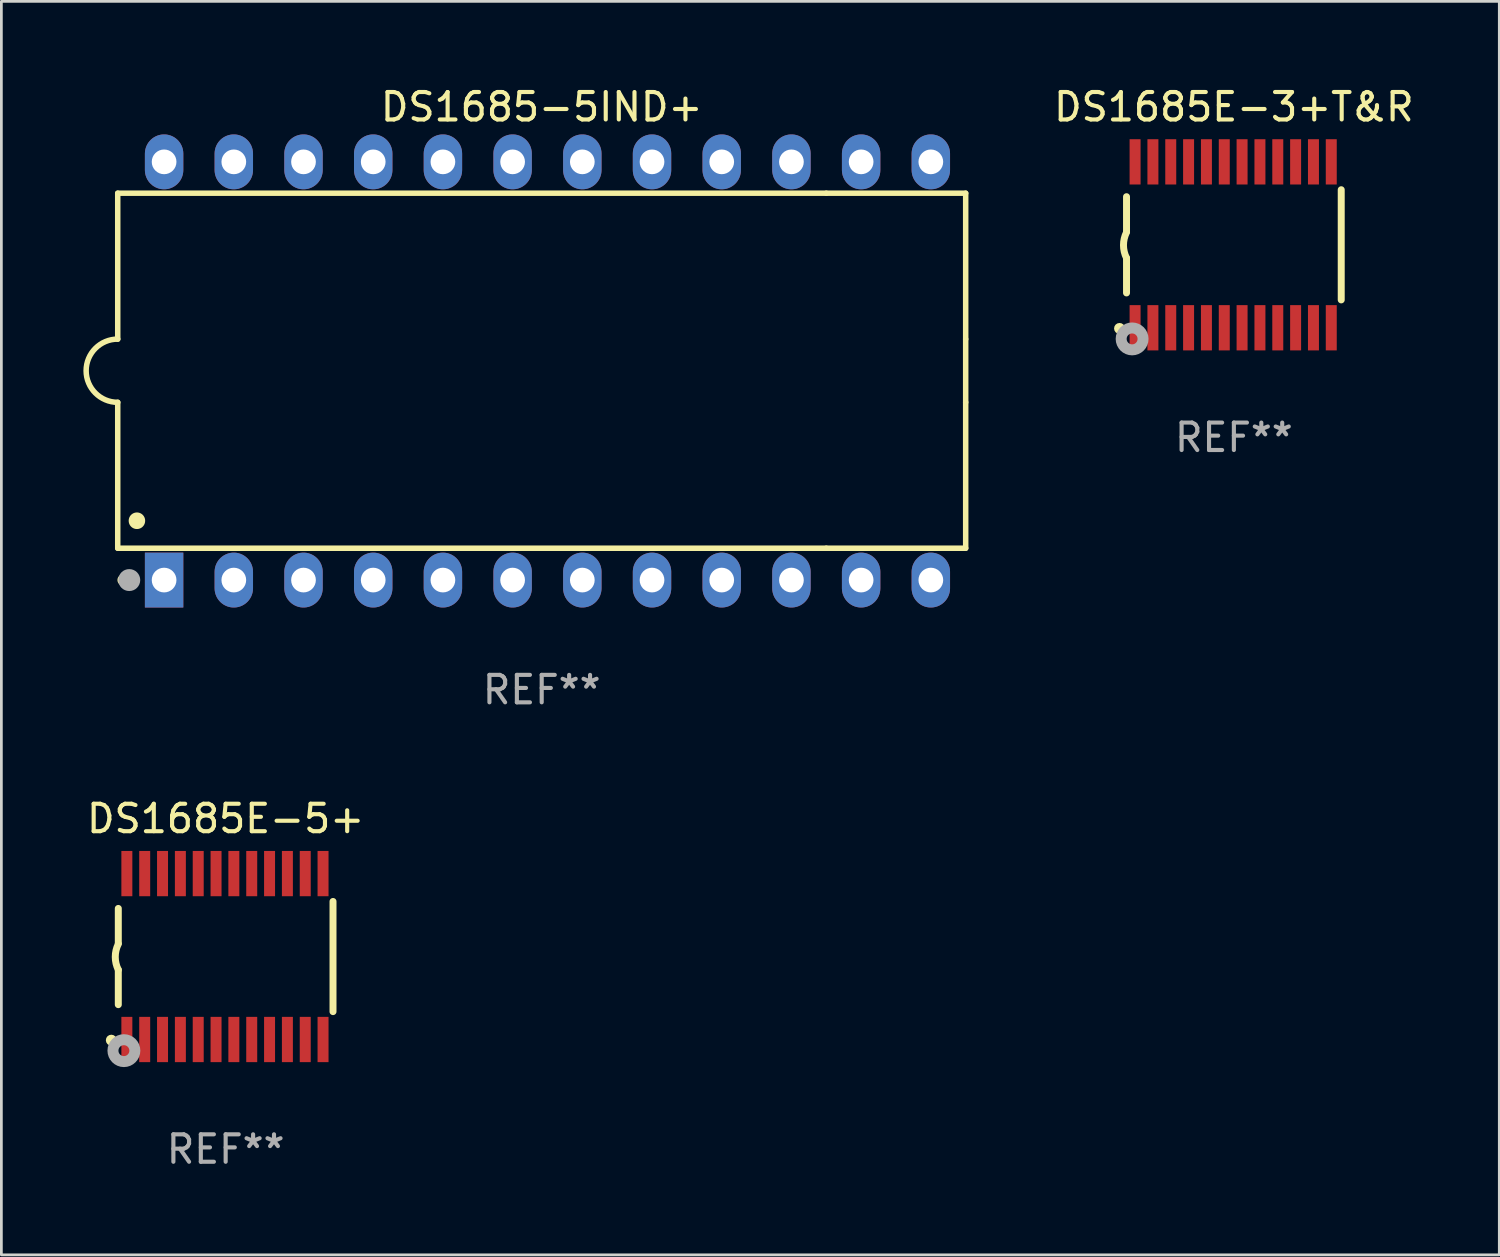
<source format=kicad_pcb>
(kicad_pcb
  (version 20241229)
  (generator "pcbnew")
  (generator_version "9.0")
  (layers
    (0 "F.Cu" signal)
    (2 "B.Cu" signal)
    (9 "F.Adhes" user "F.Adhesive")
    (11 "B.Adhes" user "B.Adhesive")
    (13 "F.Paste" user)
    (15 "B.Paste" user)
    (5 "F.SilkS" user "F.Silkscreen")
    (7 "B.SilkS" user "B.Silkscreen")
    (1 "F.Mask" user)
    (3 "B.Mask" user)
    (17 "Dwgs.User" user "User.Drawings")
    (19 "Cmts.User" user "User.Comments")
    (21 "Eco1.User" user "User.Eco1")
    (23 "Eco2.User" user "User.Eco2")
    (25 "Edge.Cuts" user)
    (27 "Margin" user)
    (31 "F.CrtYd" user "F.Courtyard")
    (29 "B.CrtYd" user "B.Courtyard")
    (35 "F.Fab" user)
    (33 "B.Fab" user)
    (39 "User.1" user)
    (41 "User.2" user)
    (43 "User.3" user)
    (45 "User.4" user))
  (footprint "DS1685E-5+"
    (layer "F.Cu")
    (at 5.173 31.807)
    (property "Reference" "DS1685E-5+" (at 0 -5.023 0) (layer "F.SilkS") (effects (font (size 1 1) (thickness 0.15))))
    (attr through_hole)
    (fp_line (start -3.912 -0.483) (end -3.912 -1.753) (stroke (width 0.254) (type solid)) (layer "F.SilkS"))
    (fp_line (start -3.912 1.753) (end -3.912 0.483) (stroke (width 0.254) (type solid)) (layer "F.SilkS"))
    (fp_line (start 3.912 -2.007) (end 3.912 2.007) (stroke (width 0.254) (type solid)) (layer "F.SilkS"))
    (fp_arc (start -3.911608 0.482601) (mid -4.022537 0.0127) (end -3.911608 -0.457201) (stroke (width 0.254001) (type solid)) (layer "F.SilkS"))
    (fp_circle (center -4.166 3.048) (end -4.066 3.048) (stroke (width 0.2) (type solid)) (fill no) (layer "F.SilkS"))
    (fp_circle (center -3.925 3.186) (end -3.895 3.186) (stroke (width 0.06) (type solid)) (fill no) (layer "F.SilkS"))
    (fp_circle (center -3.708 3.429) (end -3.509 3.429) (stroke (width 0.4) (type solid)) (fill no) (layer "F.Fab"))
    (fp_text user "REF**" (at 0 7.023 0) (layer "F.Fab") (effects (font (size 1 1) (thickness 0.15))))
    (pad "1" smd rect (at -3.6 3.023) (size 0.4 1.65) (layers "F.Cu" "F.Mask" "F.Paste"))
    (pad "2" smd rect (at -2.95 3.023) (size 0.4 1.65) (layers "F.Cu" "F.Mask" "F.Paste"))
    (pad "3" smd rect (at -2.3 3.023) (size 0.4 1.65) (layers "F.Cu" "F.Mask" "F.Paste"))
    (pad "4" smd rect (at -1.65 3.023) (size 0.4 1.65) (layers "F.Cu" "F.Mask" "F.Paste"))
    (pad "5" smd rect (at -1 3.023) (size 0.4 1.65) (layers "F.Cu" "F.Mask" "F.Paste"))
    (pad "6" smd rect (at -0.35 3.023) (size 0.4 1.65) (layers "F.Cu" "F.Mask" "F.Paste"))
    (pad "7" smd rect (at 0.299 3.023) (size 0.4 1.65) (layers "F.Cu" "F.Mask" "F.Paste"))
    (pad "8" smd rect (at 0.95 3.023) (size 0.4 1.65) (layers "F.Cu" "F.Mask" "F.Paste"))
    (pad "9" smd rect (at 1.6 3.023) (size 0.4 1.65) (layers "F.Cu" "F.Mask" "F.Paste"))
    (pad "10" smd rect (at 2.25 3.023) (size 0.4 1.65) (layers "F.Cu" "F.Mask" "F.Paste"))
    (pad "11" smd rect (at 2.9 3.023) (size 0.4 1.65) (layers "F.Cu" "F.Mask" "F.Paste"))
    (pad "12" smd rect (at 3.549 3.023) (size 0.4 1.65) (layers "F.Cu" "F.Mask" "F.Paste"))
    (pad "13" smd rect (at 3.549 -3.023) (size 0.4 1.65) (layers "F.Cu" "F.Mask" "F.Paste"))
    (pad "14" smd rect (at 2.9 -3.023) (size 0.4 1.65) (layers "F.Cu" "F.Mask" "F.Paste"))
    (pad "15" smd rect (at 2.25 -3.023) (size 0.4 1.65) (layers "F.Cu" "F.Mask" "F.Paste"))
    (pad "16" smd rect (at 1.6 -3.023) (size 0.4 1.65) (layers "F.Cu" "F.Mask" "F.Paste"))
    (pad "17" smd rect (at 0.95 -3.023) (size 0.4 1.65) (layers "F.Cu" "F.Mask" "F.Paste"))
    (pad "18" smd rect (at 0.299 -3.023) (size 0.4 1.65) (layers "F.Cu" "F.Mask" "F.Paste"))
    (pad "19" smd rect (at -0.35 -3.023) (size 0.4 1.65) (layers "F.Cu" "F.Mask" "F.Paste"))
    (pad "20" smd rect (at -1 -3.023) (size 0.4 1.65) (layers "F.Cu" "F.Mask" "F.Paste"))
    (pad "21" smd rect (at -1.65 -3.023) (size 0.4 1.65) (layers "F.Cu" "F.Mask" "F.Paste"))
    (pad "22" smd rect (at -2.3 -3.023) (size 0.4 1.65) (layers "F.Cu" "F.Mask" "F.Paste"))
    (pad "23" smd rect (at -2.95 -3.023) (size 0.4 1.65) (layers "F.Cu" "F.Mask" "F.Paste"))
    (pad "24" smd rect (at -3.6 -3.023) (size 0.4 1.65) (layers "F.Cu" "F.Mask" "F.Paste")))
  (footprint "DS1685E-3+T&R"
    (layer "F.Cu")
    (at 41.913 5.871)
    (property "Reference" "DS1685E-3+T&R" (at 0 -5.023 0) (layer "F.SilkS") (effects (font (size 1 1) (thickness 0.15))))
    (attr through_hole)
    (fp_line (start -3.912 -0.483) (end -3.912 -1.753) (stroke (width 0.254) (type solid)) (layer "F.SilkS"))
    (fp_line (start -3.912 1.753) (end -3.912 0.483) (stroke (width 0.254) (type solid)) (layer "F.SilkS"))
    (fp_line (start 3.912 -2.007) (end 3.912 2.007) (stroke (width 0.254) (type solid)) (layer "F.SilkS"))
    (fp_arc (start -3.911608 0.482601) (mid -4.022537 0.0127) (end -3.911608 -0.457201) (stroke (width 0.254001) (type solid)) (layer "F.SilkS"))
    (fp_circle (center -4.166 3.048) (end -4.066 3.048) (stroke (width 0.2) (type solid)) (fill no) (layer "F.SilkS"))
    (fp_circle (center -3.925 3.186) (end -3.895 3.186) (stroke (width 0.06) (type solid)) (fill no) (layer "F.SilkS"))
    (fp_circle (center -3.708 3.429) (end -3.509 3.429) (stroke (width 0.4) (type solid)) (fill no) (layer "F.Fab"))
    (fp_text user "REF**" (at 0 7.023 0) (layer "F.Fab") (effects (font (size 1 1) (thickness 0.15))))
    (pad "1" smd rect (at -3.6 3.023) (size 0.4 1.65) (layers "F.Cu" "F.Mask" "F.Paste"))
    (pad "2" smd rect (at -2.95 3.023) (size 0.4 1.65) (layers "F.Cu" "F.Mask" "F.Paste"))
    (pad "3" smd rect (at -2.3 3.023) (size 0.4 1.65) (layers "F.Cu" "F.Mask" "F.Paste"))
    (pad "4" smd rect (at -1.65 3.023) (size 0.4 1.65) (layers "F.Cu" "F.Mask" "F.Paste"))
    (pad "5" smd rect (at -1 3.023) (size 0.4 1.65) (layers "F.Cu" "F.Mask" "F.Paste"))
    (pad "6" smd rect (at -0.35 3.023) (size 0.4 1.65) (layers "F.Cu" "F.Mask" "F.Paste"))
    (pad "7" smd rect (at 0.299 3.023) (size 0.4 1.65) (layers "F.Cu" "F.Mask" "F.Paste"))
    (pad "8" smd rect (at 0.95 3.023) (size 0.4 1.65) (layers "F.Cu" "F.Mask" "F.Paste"))
    (pad "9" smd rect (at 1.6 3.023) (size 0.4 1.65) (layers "F.Cu" "F.Mask" "F.Paste"))
    (pad "10" smd rect (at 2.25 3.023) (size 0.4 1.65) (layers "F.Cu" "F.Mask" "F.Paste"))
    (pad "11" smd rect (at 2.9 3.023) (size 0.4 1.65) (layers "F.Cu" "F.Mask" "F.Paste"))
    (pad "12" smd rect (at 3.549 3.023) (size 0.4 1.65) (layers "F.Cu" "F.Mask" "F.Paste"))
    (pad "13" smd rect (at 3.549 -3.023) (size 0.4 1.65) (layers "F.Cu" "F.Mask" "F.Paste"))
    (pad "14" smd rect (at 2.9 -3.023) (size 0.4 1.65) (layers "F.Cu" "F.Mask" "F.Paste"))
    (pad "15" smd rect (at 2.25 -3.023) (size 0.4 1.65) (layers "F.Cu" "F.Mask" "F.Paste"))
    (pad "16" smd rect (at 1.6 -3.023) (size 0.4 1.65) (layers "F.Cu" "F.Mask" "F.Paste"))
    (pad "17" smd rect (at 0.95 -3.023) (size 0.4 1.65) (layers "F.Cu" "F.Mask" "F.Paste"))
    (pad "18" smd rect (at 0.299 -3.023) (size 0.4 1.65) (layers "F.Cu" "F.Mask" "F.Paste"))
    (pad "19" smd rect (at -0.35 -3.023) (size 0.4 1.65) (layers "F.Cu" "F.Mask" "F.Paste"))
    (pad "20" smd rect (at -1 -3.023) (size 0.4 1.65) (layers "F.Cu" "F.Mask" "F.Paste"))
    (pad "21" smd rect (at -1.65 -3.023) (size 0.4 1.65) (layers "F.Cu" "F.Mask" "F.Paste"))
    (pad "22" smd rect (at -2.3 -3.023) (size 0.4 1.65) (layers "F.Cu" "F.Mask" "F.Paste"))
    (pad "23" smd rect (at -2.95 -3.023) (size 0.4 1.65) (layers "F.Cu" "F.Mask" "F.Paste"))
    (pad "24" smd rect (at -3.6 -3.023) (size 0.4 1.65) (layers "F.Cu" "F.Mask" "F.Paste")))
  (footprint "DS1685-5IND+"
    (layer "F.Cu")
    (at 16.69 10.468)
    (property "Reference" "DS1685-5IND+" (at 0 -9.62 0) (layer "F.SilkS") (effects (font (size 1 1) (thickness 0.15))))
    (attr through_hole)
    (fp_line (start -15.45 -6.477) (end 10.37 -6.477) (stroke (width 0.2) (type solid)) (layer "F.SilkS"))
    (fp_line (start -15.45 -1.16) (end -15.45 -6.477) (stroke (width 0.2) (type solid)) (layer "F.SilkS"))
    (fp_line (start -15.45 6.46) (end -15.45 1.143) (stroke (width 0.2) (type solid)) (layer "F.SilkS"))
    (fp_line (start 10.37 -6.477) (end 15.45 -6.477) (stroke (width 0.2) (type solid)) (layer "F.SilkS"))
    (fp_line (start 10.37 6.46) (end -15.45 6.46) (stroke (width 0.2) (type solid)) (layer "F.SilkS"))
    (fp_line (start 15.45 -6.477) (end 15.45 -1.16) (stroke (width 0.2) (type solid)) (layer "F.SilkS"))
    (fp_line (start 15.45 -1.16) (end 15.45 1.143) (stroke (width 0.2) (type solid)) (layer "F.SilkS"))
    (fp_line (start 15.45 1.143) (end 15.45 6.46) (stroke (width 0.2) (type solid)) (layer "F.SilkS"))
    (fp_line (start 15.45 6.46) (end 10.37 6.46) (stroke (width 0.2) (type solid)) (layer "F.SilkS"))
    (fp_arc (start -15.449136 1.142901) (mid -16.590111 -0.008992) (end -15.449137 -1.160885) (stroke (width 0.2) (type solid)) (layer "F.SilkS"))
    (fp_arc (start -15.259982 7.620676) (mid -15.259992 7.618644) (end -15.259982 7.616612) (stroke (width 0.4) (type solid)) (layer "F.SilkS"))
    (fp_arc (start -14.750635 5.460909) (mid -14.750646 5.458369) (end -14.750635 5.455829) (stroke (width 0.6) (type solid)) (layer "F.SilkS"))
    (fp_circle (center -15.29 7.7) (end -15.26 7.7) (stroke (width 0.06) (type solid)) (fill no) (layer "F.SilkS"))
    (fp_circle (center -15.03 7.62) (end -14.83 7.62) (stroke (width 0.4) (type solid)) (fill no) (layer "F.Fab"))
    (fp_text user "REF**" (at 0 11.62 0) (layer "F.Fab") (effects (font (size 1 1) (thickness 0.15))))
    (pad "1" thru_hole rect (at -13.76 7.62) (size 1.4 2) (drill 0.9) (layers "*.Cu" "*.Mask"))
    (pad "2" thru_hole oval (at -11.22 7.62) (size 1.4 2) (drill 0.9) (layers "*.Cu" "*.Mask"))
    (pad "3" thru_hole oval (at -8.68 7.62) (size 1.4 2) (drill 0.9) (layers "*.Cu" "*.Mask"))
    (pad "4" thru_hole oval (at -6.14 7.62) (size 1.4 2) (drill 0.9) (layers "*.Cu" "*.Mask"))
    (pad "5" thru_hole oval (at -3.6 7.62) (size 1.4 2) (drill 0.9) (layers "*.Cu" "*.Mask"))
    (pad "6" thru_hole oval (at -1.06 7.62) (size 1.4 2) (drill 0.9) (layers "*.Cu" "*.Mask"))
    (pad "7" thru_hole oval (at 1.48 7.62) (size 1.4 2) (drill 0.9) (layers "*.Cu" "*.Mask"))
    (pad "8" thru_hole oval (at 4.02 7.62) (size 1.4 2) (drill 0.9) (layers "*.Cu" "*.Mask"))
    (pad "9" thru_hole oval (at 6.56 7.62) (size 1.4 2) (drill 0.9) (layers "*.Cu" "*.Mask"))
    (pad "10" thru_hole oval (at 9.1 7.62) (size 1.4 2) (drill 0.9) (layers "*.Cu" "*.Mask"))
    (pad "11" thru_hole oval (at 11.64 7.62) (size 1.4 2) (drill 0.9) (layers "*.Cu" "*.Mask"))
    (pad "12" thru_hole oval (at 14.18 7.62) (size 1.4 2) (drill 0.9) (layers "*.Cu" "*.Mask"))
    (pad "13" thru_hole oval (at 14.18 -7.62) (size 1.4 2) (drill 0.9) (layers "*.Cu" "*.Mask"))
    (pad "14" thru_hole oval (at 11.64 -7.62) (size 1.4 2) (drill 0.9) (layers "*.Cu" "*.Mask"))
    (pad "15" thru_hole oval (at 9.1 -7.62) (size 1.4 2) (drill 0.9) (layers "*.Cu" "*.Mask"))
    (pad "16" thru_hole oval (at 6.56 -7.62) (size 1.4 2) (drill 0.9) (layers "*.Cu" "*.Mask"))
    (pad "17" thru_hole oval (at 4.02 -7.62) (size 1.4 2) (drill 0.9) (layers "*.Cu" "*.Mask"))
    (pad "18" thru_hole oval (at 1.48 -7.62) (size 1.4 2) (drill 0.9) (layers "*.Cu" "*.Mask"))
    (pad "19" thru_hole oval (at -1.06 -7.62) (size 1.4 2) (drill 0.9) (layers "*.Cu" "*.Mask"))
    (pad "20" thru_hole oval (at -3.6 -7.62) (size 1.4 2) (drill 0.9) (layers "*.Cu" "*.Mask"))
    (pad "21" thru_hole oval (at -6.14 -7.62) (size 1.4 2) (drill 0.9) (layers "*.Cu" "*.Mask"))
    (pad "22" thru_hole oval (at -8.68 -7.62) (size 1.4 2) (drill 0.9) (layers "*.Cu" "*.Mask"))
    (pad "23" thru_hole oval (at -11.22 -7.62) (size 1.4 2) (drill 0.9) (layers "*.Cu" "*.Mask"))
    (pad "24" thru_hole oval (at -13.76 -7.62) (size 1.4 2) (drill 0.9) (layers "*.Cu" "*.Mask")))
  (gr_rect
    (start -3 -3)
    (end 51.585 42.678)
    (stroke (width 0.1) (type default))
    (fill no)
    (layer "Edge.Cuts")))
</source>
